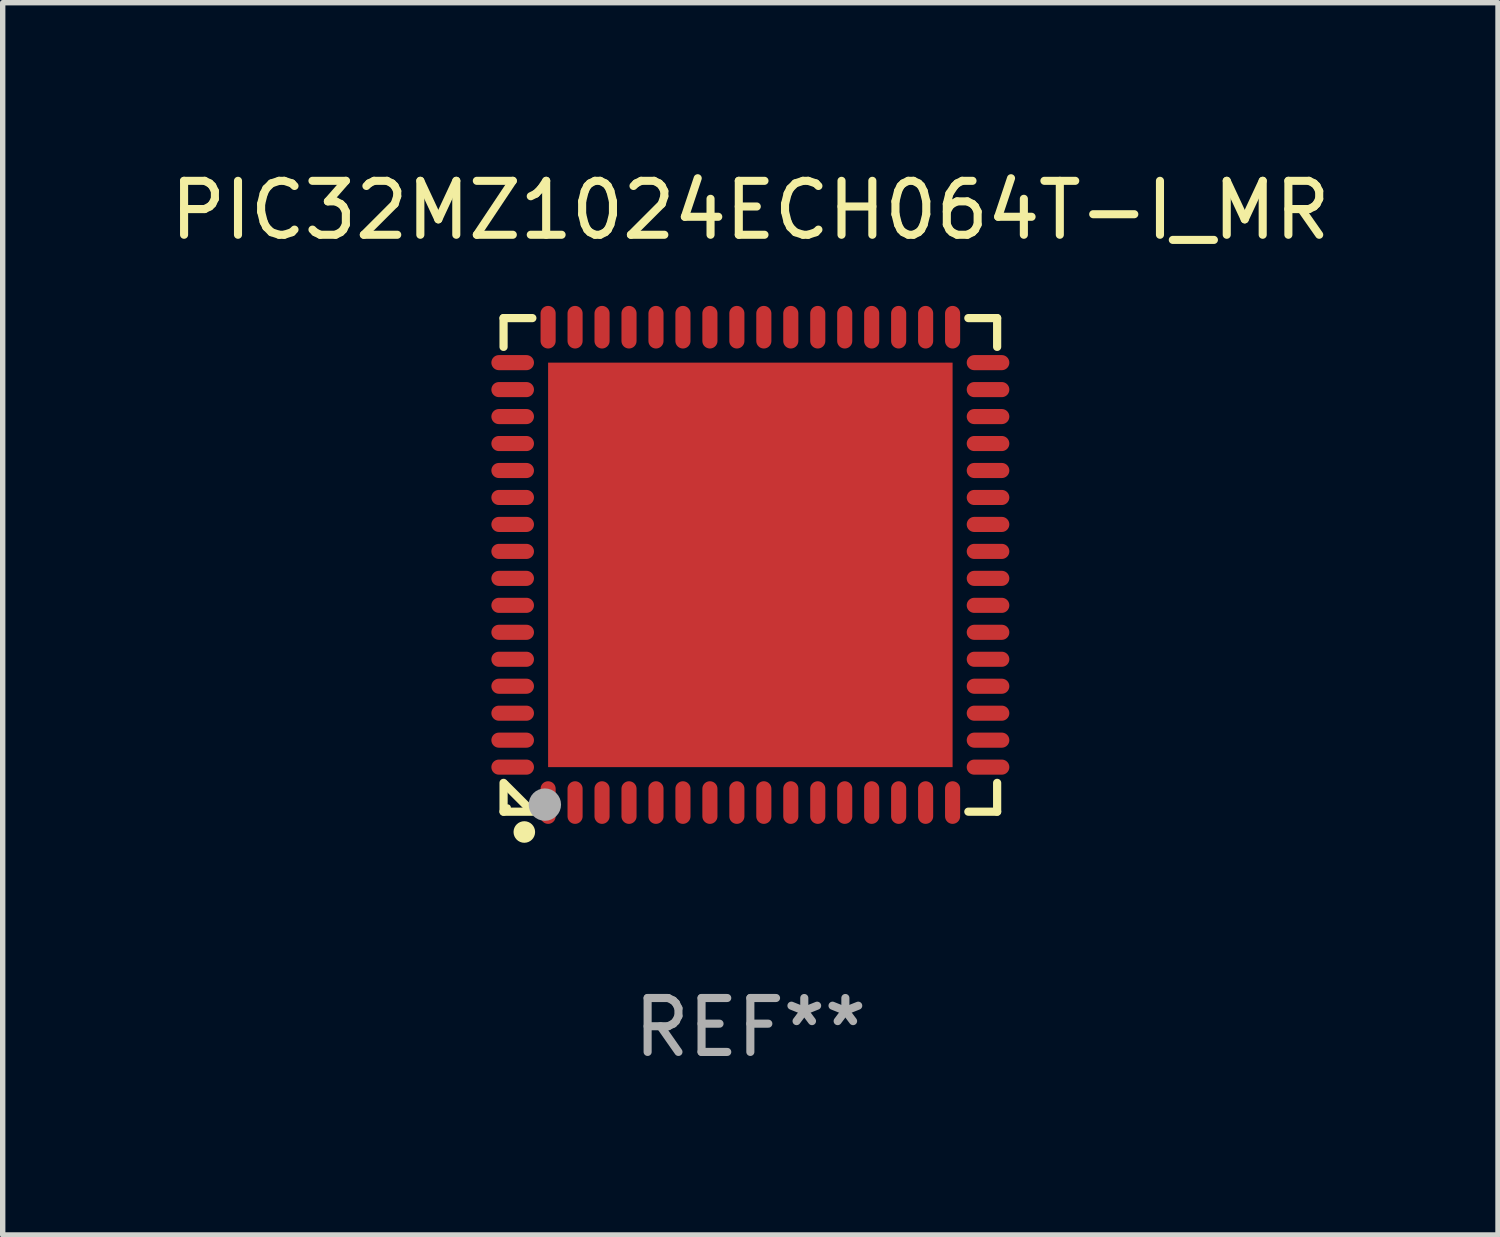
<source format=kicad_pcb>
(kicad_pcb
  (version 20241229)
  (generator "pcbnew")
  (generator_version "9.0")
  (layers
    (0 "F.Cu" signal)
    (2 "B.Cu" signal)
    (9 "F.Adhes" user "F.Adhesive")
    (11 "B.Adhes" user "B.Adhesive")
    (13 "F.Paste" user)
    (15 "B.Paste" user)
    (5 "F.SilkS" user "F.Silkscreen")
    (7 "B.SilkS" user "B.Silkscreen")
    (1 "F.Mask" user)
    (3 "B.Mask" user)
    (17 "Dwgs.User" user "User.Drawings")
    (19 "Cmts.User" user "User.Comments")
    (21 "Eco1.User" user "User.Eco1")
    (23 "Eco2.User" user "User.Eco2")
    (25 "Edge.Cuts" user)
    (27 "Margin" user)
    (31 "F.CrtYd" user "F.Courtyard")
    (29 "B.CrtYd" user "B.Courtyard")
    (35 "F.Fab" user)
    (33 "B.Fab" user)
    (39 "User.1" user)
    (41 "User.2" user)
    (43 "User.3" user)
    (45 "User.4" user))
  (footprint "PIC32MZ1024ECH064T-I_MR"
    (layer "F.Cu")
    (at 10.863 7.424)
    (property "Reference" "PIC32MZ1024ECH064T-I_MR" (at 0 -6.576 0) (layer "F.SilkS") (effects (font (size 1 1) (thickness 0.15))))
    (attr through_hole)
    (fp_line (start -4.576 -4.576) (end -4.576 -4.042) (stroke (width 0.152) (type solid)) (layer "F.SilkS"))
    (fp_line (start -4.576 4.576) (end -4.576 4.042) (stroke (width 0.152) (type solid)) (layer "F.SilkS"))
    (fp_line (start -4.069 4.549) (end -4.549 4.069) (stroke (width 0.152) (type solid)) (layer "F.SilkS"))
    (fp_line (start -4.042 -4.576) (end -4.576 -4.576) (stroke (width 0.152) (type solid)) (layer "F.SilkS"))
    (fp_line (start -4.042 4.576) (end -4.576 4.576) (stroke (width 0.152) (type solid)) (layer "F.SilkS"))
    (fp_line (start 4.042 -4.576) (end 4.576 -4.576) (stroke (width 0.152) (type solid)) (layer "F.SilkS"))
    (fp_line (start 4.042 4.576) (end 4.576 4.576) (stroke (width 0.152) (type solid)) (layer "F.SilkS"))
    (fp_line (start 4.576 -4.576) (end 4.576 -4.042) (stroke (width 0.152) (type solid)) (layer "F.SilkS"))
    (fp_line (start 4.576 4.576) (end 4.576 4.042) (stroke (width 0.152) (type solid)) (layer "F.SilkS"))
    (fp_circle (center -4.5 4.5) (end -4.47 4.5) (stroke (width 0.06) (type solid)) (fill no) (layer "F.SilkS"))
    (fp_circle (center -4.191 4.953) (end -4.091 4.953) (stroke (width 0.2) (type solid)) (fill no) (layer "F.SilkS"))
    (fp_circle (center -3.81 4.445) (end -3.66 4.445) (stroke (width 0.3) (type solid)) (fill no) (layer "F.Fab"))
    (fp_text user "REF**" (at 0 8.576 0) (layer "F.Fab") (effects (font (size 1 1) (thickness 0.15))))
    (pad "1" smd oval (at -3.75 4.407) (size 0.28 0.79) (layers "F.Cu" "F.Mask" "F.Paste"))
    (pad "2" smd oval (at -3.25 4.407) (size 0.28 0.79) (layers "F.Cu" "F.Mask" "F.Paste"))
    (pad "3" smd oval (at -2.75 4.407) (size 0.28 0.79) (layers "F.Cu" "F.Mask" "F.Paste"))
    (pad "4" smd oval (at -2.25 4.407) (size 0.28 0.79) (layers "F.Cu" "F.Mask" "F.Paste"))
    (pad "5" smd oval (at -1.75 4.407) (size 0.28 0.79) (layers "F.Cu" "F.Mask" "F.Paste"))
    (pad "6" smd oval (at -1.25 4.407) (size 0.28 0.79) (layers "F.Cu" "F.Mask" "F.Paste"))
    (pad "7" smd oval (at -0.75 4.407) (size 0.28 0.79) (layers "F.Cu" "F.Mask" "F.Paste"))
    (pad "8" smd oval (at -0.25 4.407) (size 0.28 0.79) (layers "F.Cu" "F.Mask" "F.Paste"))
    (pad "9" smd oval (at 0.25 4.407) (size 0.28 0.79) (layers "F.Cu" "F.Mask" "F.Paste"))
    (pad "10" smd oval (at 0.75 4.407) (size 0.28 0.79) (layers "F.Cu" "F.Mask" "F.Paste"))
    (pad "11" smd oval (at 1.25 4.407) (size 0.28 0.79) (layers "F.Cu" "F.Mask" "F.Paste"))
    (pad "12" smd oval (at 1.75 4.407) (size 0.28 0.79) (layers "F.Cu" "F.Mask" "F.Paste"))
    (pad "13" smd oval (at 2.25 4.407) (size 0.28 0.79) (layers "F.Cu" "F.Mask" "F.Paste"))
    (pad "14" smd oval (at 2.75 4.407) (size 0.28 0.79) (layers "F.Cu" "F.Mask" "F.Paste"))
    (pad "15" smd oval (at 3.25 4.407) (size 0.28 0.79) (layers "F.Cu" "F.Mask" "F.Paste"))
    (pad "16" smd oval (at 3.75 4.407) (size 0.28 0.79) (layers "F.Cu" "F.Mask" "F.Paste"))
    (pad "17" smd oval (at 4.407 3.75) (size 0.79 0.28) (layers "F.Cu" "F.Mask" "F.Paste"))
    (pad "18" smd oval (at 4.407 3.25) (size 0.79 0.28) (layers "F.Cu" "F.Mask" "F.Paste"))
    (pad "19" smd oval (at 4.407 2.75) (size 0.79 0.28) (layers "F.Cu" "F.Mask" "F.Paste"))
    (pad "20" smd oval (at 4.407 2.25) (size 0.79 0.28) (layers "F.Cu" "F.Mask" "F.Paste"))
    (pad "21" smd oval (at 4.407 1.75) (size 0.79 0.28) (layers "F.Cu" "F.Mask" "F.Paste"))
    (pad "22" smd oval (at 4.407 1.25) (size 0.79 0.28) (layers "F.Cu" "F.Mask" "F.Paste"))
    (pad "23" smd oval (at 4.407 0.75) (size 0.79 0.28) (layers "F.Cu" "F.Mask" "F.Paste"))
    (pad "24" smd oval (at 4.407 0.25) (size 0.79 0.28) (layers "F.Cu" "F.Mask" "F.Paste"))
    (pad "25" smd oval (at 4.407 -0.25) (size 0.79 0.28) (layers "F.Cu" "F.Mask" "F.Paste"))
    (pad "26" smd oval (at 4.407 -0.75) (size 0.79 0.28) (layers "F.Cu" "F.Mask" "F.Paste"))
    (pad "27" smd oval (at 4.407 -1.25) (size 0.79 0.28) (layers "F.Cu" "F.Mask" "F.Paste"))
    (pad "28" smd oval (at 4.407 -1.75) (size 0.79 0.28) (layers "F.Cu" "F.Mask" "F.Paste"))
    (pad "29" smd oval (at 4.407 -2.25) (size 0.79 0.28) (layers "F.Cu" "F.Mask" "F.Paste"))
    (pad "30" smd oval (at 4.407 -2.75) (size 0.79 0.28) (layers "F.Cu" "F.Mask" "F.Paste"))
    (pad "31" smd oval (at 4.407 -3.25) (size 0.79 0.28) (layers "F.Cu" "F.Mask" "F.Paste"))
    (pad "32" smd oval (at 4.407 -3.75) (size 0.79 0.28) (layers "F.Cu" "F.Mask" "F.Paste"))
    (pad "33" smd oval (at 3.75 -4.407) (size 0.28 0.79) (layers "F.Cu" "F.Mask" "F.Paste"))
    (pad "34" smd oval (at 3.25 -4.407) (size 0.28 0.79) (layers "F.Cu" "F.Mask" "F.Paste"))
    (pad "35" smd oval (at 2.75 -4.407) (size 0.28 0.79) (layers "F.Cu" "F.Mask" "F.Paste"))
    (pad "36" smd oval (at 2.25 -4.407) (size 0.28 0.79) (layers "F.Cu" "F.Mask" "F.Paste"))
    (pad "37" smd oval (at 1.75 -4.407) (size 0.28 0.79) (layers "F.Cu" "F.Mask" "F.Paste"))
    (pad "38" smd oval (at 1.25 -4.407) (size 0.28 0.79) (layers "F.Cu" "F.Mask" "F.Paste"))
    (pad "39" smd oval (at 0.75 -4.407) (size 0.28 0.79) (layers "F.Cu" "F.Mask" "F.Paste"))
    (pad "40" smd oval (at 0.25 -4.407) (size 0.28 0.79) (layers "F.Cu" "F.Mask" "F.Paste"))
    (pad "41" smd oval (at -0.25 -4.407) (size 0.28 0.79) (layers "F.Cu" "F.Mask" "F.Paste"))
    (pad "42" smd oval (at -0.75 -4.407) (size 0.28 0.79) (layers "F.Cu" "F.Mask" "F.Paste"))
    (pad "43" smd oval (at -1.25 -4.407) (size 0.28 0.79) (layers "F.Cu" "F.Mask" "F.Paste"))
    (pad "44" smd oval (at -1.75 -4.407) (size 0.28 0.79) (layers "F.Cu" "F.Mask" "F.Paste"))
    (pad "45" smd oval (at -2.25 -4.407) (size 0.28 0.79) (layers "F.Cu" "F.Mask" "F.Paste"))
    (pad "46" smd oval (at -2.75 -4.407) (size 0.28 0.79) (layers "F.Cu" "F.Mask" "F.Paste"))
    (pad "47" smd oval (at -3.25 -4.407) (size 0.28 0.79) (layers "F.Cu" "F.Mask" "F.Paste"))
    (pad "48" smd oval (at -3.75 -4.407) (size 0.28 0.79) (layers "F.Cu" "F.Mask" "F.Paste"))
    (pad "49" smd oval (at -4.407 -3.75) (size 0.79 0.28) (layers "F.Cu" "F.Mask" "F.Paste"))
    (pad "50" smd oval (at -4.407 -3.25) (size 0.79 0.28) (layers "F.Cu" "F.Mask" "F.Paste"))
    (pad "51" smd oval (at -4.407 -2.75) (size 0.79 0.28) (layers "F.Cu" "F.Mask" "F.Paste"))
    (pad "52" smd oval (at -4.407 -2.25) (size 0.79 0.28) (layers "F.Cu" "F.Mask" "F.Paste"))
    (pad "53" smd oval (at -4.407 -1.75) (size 0.79 0.28) (layers "F.Cu" "F.Mask" "F.Paste"))
    (pad "54" smd oval (at -4.407 -1.25) (size 0.79 0.28) (layers "F.Cu" "F.Mask" "F.Paste"))
    (pad "55" smd oval (at -4.407 -0.75) (size 0.79 0.28) (layers "F.Cu" "F.Mask" "F.Paste"))
    (pad "56" smd oval (at -4.407 -0.25) (size 0.79 0.28) (layers "F.Cu" "F.Mask" "F.Paste"))
    (pad "57" smd oval (at -4.407 0.25) (size 0.79 0.28) (layers "F.Cu" "F.Mask" "F.Paste"))
    (pad "58" smd oval (at -4.407 0.75) (size 0.79 0.28) (layers "F.Cu" "F.Mask" "F.Paste"))
    (pad "59" smd oval (at -4.407 1.25) (size 0.79 0.28) (layers "F.Cu" "F.Mask" "F.Paste"))
    (pad "60" smd oval (at -4.407 1.75) (size 0.79 0.28) (layers "F.Cu" "F.Mask" "F.Paste"))
    (pad "61" smd oval (at -4.407 2.25) (size 0.79 0.28) (layers "F.Cu" "F.Mask" "F.Paste"))
    (pad "62" smd oval (at -4.407 2.75) (size 0.79 0.28) (layers "F.Cu" "F.Mask" "F.Paste"))
    (pad "63" smd oval (at -4.407 3.25) (size 0.79 0.28) (layers "F.Cu" "F.Mask" "F.Paste"))
    (pad "64" smd oval (at -4.407 3.75) (size 0.79 0.28) (layers "F.Cu" "F.Mask" "F.Paste"))
    (pad "65" smd rect (at 0 0) (size 7.5 7.5) (layers "F.Cu" "F.Mask" "F.Paste")))
  (gr_rect
    (start -3 -3)
    (end 24.726 19.849)
    (stroke (width 0.1) (type default))
    (fill no)
    (layer "Edge.Cuts")))
</source>
